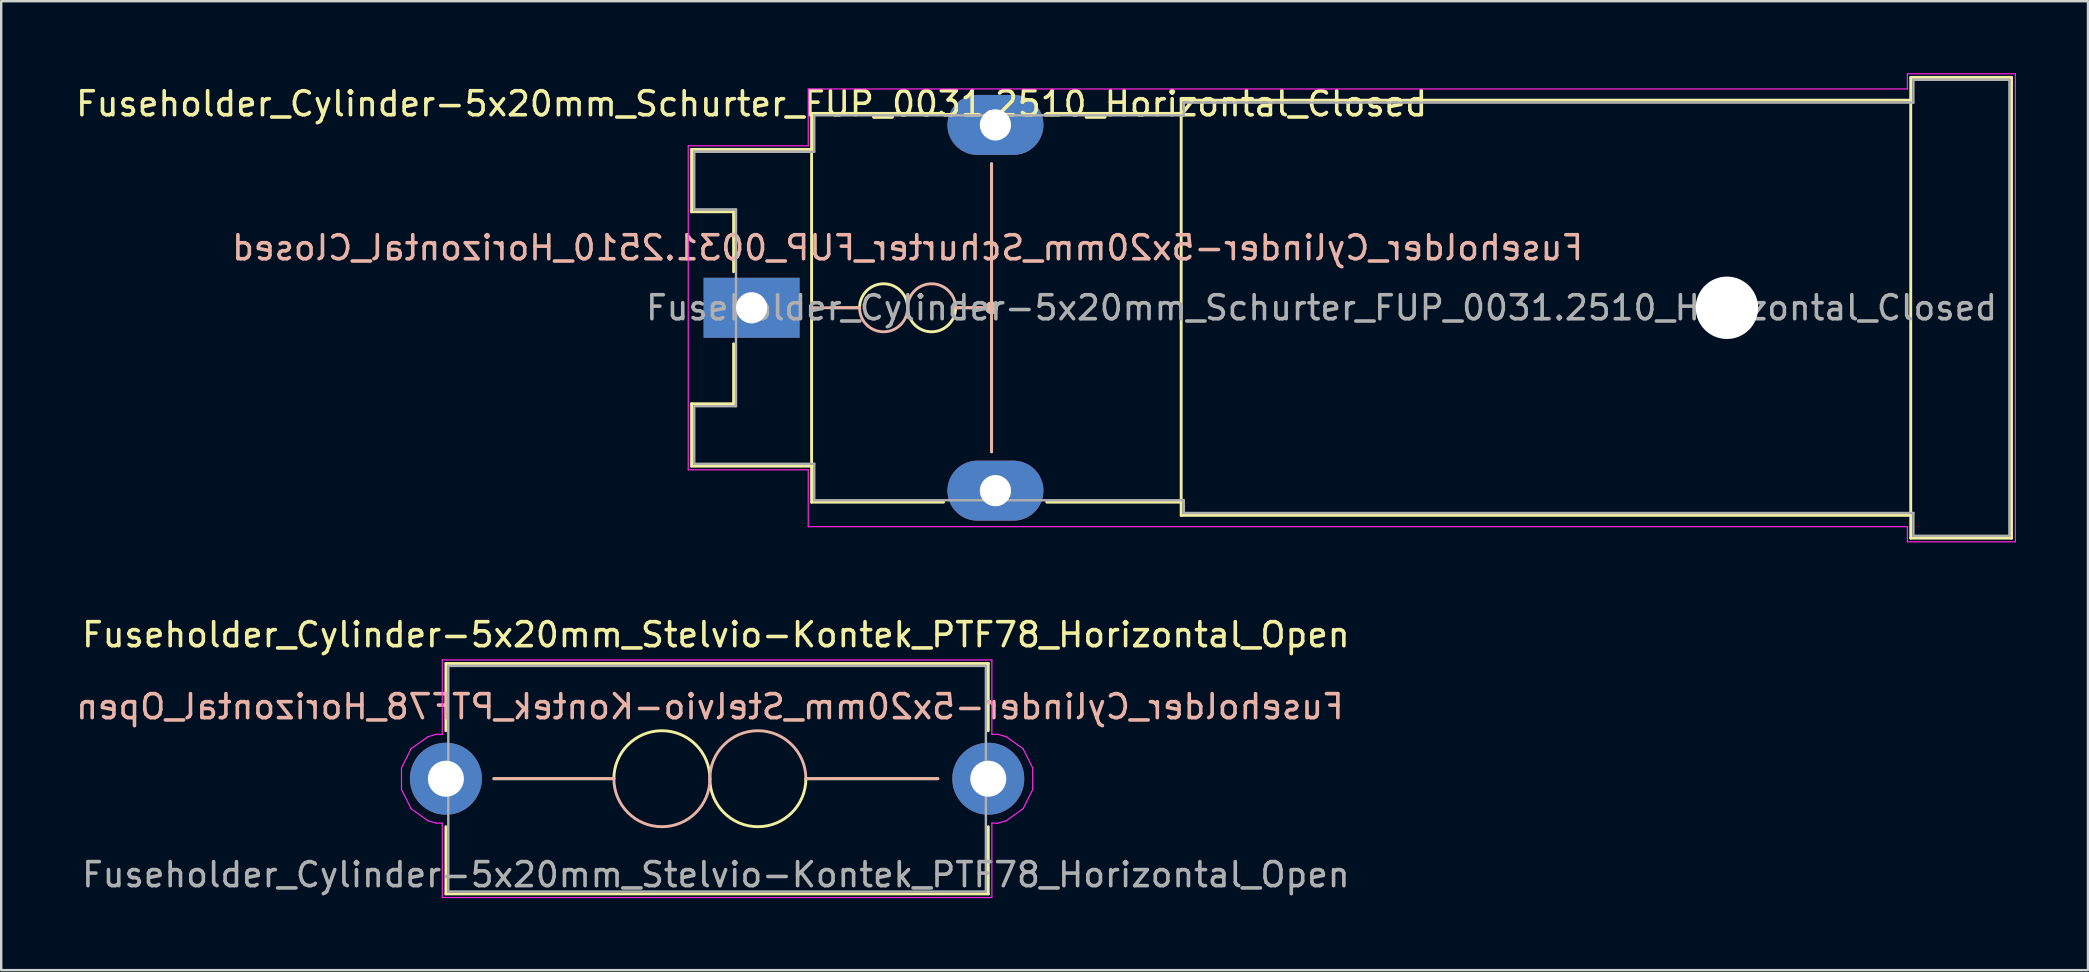
<source format=kicad_pcb>
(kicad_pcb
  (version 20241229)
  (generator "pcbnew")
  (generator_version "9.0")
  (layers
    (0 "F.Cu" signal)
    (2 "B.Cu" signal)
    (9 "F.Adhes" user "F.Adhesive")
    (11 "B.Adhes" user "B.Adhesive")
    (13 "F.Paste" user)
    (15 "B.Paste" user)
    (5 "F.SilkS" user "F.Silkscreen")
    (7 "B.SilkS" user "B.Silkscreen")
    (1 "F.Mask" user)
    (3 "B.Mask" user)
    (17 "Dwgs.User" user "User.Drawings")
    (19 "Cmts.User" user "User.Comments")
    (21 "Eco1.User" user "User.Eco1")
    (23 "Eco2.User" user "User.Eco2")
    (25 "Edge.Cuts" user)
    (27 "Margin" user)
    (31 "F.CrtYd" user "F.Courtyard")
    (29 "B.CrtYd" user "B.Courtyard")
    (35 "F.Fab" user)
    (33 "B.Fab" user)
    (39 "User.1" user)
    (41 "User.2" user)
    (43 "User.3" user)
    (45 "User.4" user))
  (footprint "Fuseholder_Cylinder-5x20mm_Stelvio-Kontek_PTF78_Horizontal_Open"
    (layer "F.Cu")
    (at 15.53 29.398)
    (property "Reference" "Fuseholder_Cylinder-5x20mm_Stelvio-Kontek_PTF78_Horizontal_Open" (at 11.25 -6 0) (layer "F.SilkS") (effects (font (size 1 1) (thickness 0.15))))
    (fp_line (start 0 -4.8) (end 22.6 -4.8) (stroke (width 0.12) (type solid)) (layer "F.SilkS"))
    (fp_line (start 0 -2) (end 0 -4.8) (stroke (width 0.12) (type solid)) (layer "F.SilkS"))
    (fp_line (start 0 4.8) (end 0 2) (stroke (width 0.12) (type solid)) (layer "F.SilkS"))
    (fp_line (start 0 4.8) (end 22.6 4.8) (stroke (width 0.12) (type solid)) (layer "F.SilkS"))
    (fp_line (start 2 0) (end 7 0) (stroke (width 0.12) (type solid)) (layer "F.SilkS"))
    (fp_line (start 20.5 0) (end 15 0) (stroke (width 0.12) (type solid)) (layer "F.SilkS"))
    (fp_line (start 22.6 -2) (end 22.6 -4.8) (stroke (width 0.12) (type solid)) (layer "F.SilkS"))
    (fp_line (start 22.6 4.8) (end 22.6 2) (stroke (width 0.12) (type solid)) (layer "F.SilkS"))
    (fp_arc (start 7 0) (mid 9 -2) (end 11 0) (stroke (width 0.12) (type solid)) (layer "F.SilkS"))
    (fp_arc (start 15 0) (mid 13 2) (end 11 0) (stroke (width 0.12) (type solid)) (layer "F.SilkS"))
    (fp_line (start 2 0) (end 7 0) (stroke (width 0.12) (type solid)) (layer "B.SilkS"))
    (fp_line (start 20.5 0) (end 15 0) (stroke (width 0.12) (type solid)) (layer "B.SilkS"))
    (fp_arc (start 11 0) (mid 9 2) (end 7 0) (stroke (width 0.12) (type solid)) (layer "B.SilkS"))
    (fp_arc (start 11 0) (mid 13 -2) (end 15 0) (stroke (width 0.12) (type solid)) (layer "B.SilkS"))
    (fp_line (start -1.85 -0.45) (end -1.85 0.45) (stroke (width 0.05) (type solid)) (layer "F.CrtYd"))
    (fp_line (start -1.85 -0.45) (end -1.45 -1.25) (stroke (width 0.05) (type solid)) (layer "F.CrtYd"))
    (fp_line (start -1.45 1.25) (end -1.85 0.45) (stroke (width 0.05) (type solid)) (layer "F.CrtYd"))
    (fp_line (start -1.45 1.25) (end -0.75 1.75) (stroke (width 0.05) (type solid)) (layer "F.CrtYd"))
    (fp_line (start -0.75 -1.75) (end -1.45 -1.25) (stroke (width 0.05) (type solid)) (layer "F.CrtYd"))
    (fp_line (start -0.75 1.75) (end -0.4 1.85) (stroke (width 0.05) (type solid)) (layer "F.CrtYd"))
    (fp_line (start -0.4 -1.85) (end -0.75 -1.75) (stroke (width 0.05) (type solid)) (layer "F.CrtYd"))
    (fp_line (start -0.4 1.85) (end -0.15 1.85) (stroke (width 0.05) (type solid)) (layer "F.CrtYd"))
    (fp_line (start -0.15 -4.95) (end 22.75 -4.95) (stroke (width 0.05) (type solid)) (layer "F.CrtYd"))
    (fp_line (start -0.15 -1.85) (end -0.4 -1.85) (stroke (width 0.05) (type solid)) (layer "F.CrtYd"))
    (fp_line (start -0.15 -1.85) (end -0.15 -4.95) (stroke (width 0.05) (type solid)) (layer "F.CrtYd"))
    (fp_line (start -0.15 4.95) (end -0.15 1.85) (stroke (width 0.05) (type solid)) (layer "F.CrtYd"))
    (fp_line (start 22.75 -1.85) (end 22.75 -4.95) (stroke (width 0.05) (type solid)) (layer "F.CrtYd"))
    (fp_line (start 22.75 -1.85) (end 23 -1.85) (stroke (width 0.05) (type solid)) (layer "F.CrtYd"))
    (fp_line (start 22.75 1.85) (end 22.75 4.95) (stroke (width 0.05) (type solid)) (layer "F.CrtYd"))
    (fp_line (start 22.75 1.85) (end 23 1.85) (stroke (width 0.05) (type solid)) (layer "F.CrtYd"))
    (fp_line (start 22.75 4.95) (end -0.15 4.95) (stroke (width 0.05) (type solid)) (layer "F.CrtYd"))
    (fp_line (start 23 1.85) (end 23.35 1.75) (stroke (width 0.05) (type solid)) (layer "F.CrtYd"))
    (fp_line (start 23.35 -1.75) (end 23 -1.85) (stroke (width 0.05) (type solid)) (layer "F.CrtYd"))
    (fp_line (start 23.35 1.75) (end 24.05 1.25) (stroke (width 0.05) (type solid)) (layer "F.CrtYd"))
    (fp_line (start 24.05 -1.25) (end 23.35 -1.75) (stroke (width 0.05) (type solid)) (layer "F.CrtYd"))
    (fp_line (start 24.05 1.25) (end 24.45 0.45) (stroke (width 0.05) (type solid)) (layer "F.CrtYd"))
    (fp_line (start 24.45 -0.45) (end 24.05 -1.25) (stroke (width 0.05) (type solid)) (layer "F.CrtYd"))
    (fp_line (start 24.45 0.45) (end 24.45 -0.45) (stroke (width 0.05) (type solid)) (layer "F.CrtYd"))
    (fp_line (start 0.1 -4.7) (end 0.1 4.7) (stroke (width 0.1) (type solid)) (layer "F.Fab"))
    (fp_line (start 0.1 4.7) (end 22.5 4.7) (stroke (width 0.1) (type solid)) (layer "F.Fab"))
    (fp_line (start 22.5 -4.7) (end 0.1 -4.7) (stroke (width 0.1) (type solid)) (layer "F.Fab"))
    (fp_line (start 22.5 4.7) (end 22.5 -4.7) (stroke (width 0.1) (type solid)) (layer "F.Fab"))
    (fp_text user "${REFERENCE}" (at 11 -3 0) (layer "B.SilkS") (effects (font (size 1 1) (thickness 0.15)) (justify mirror)))
    (fp_text user "${REFERENCE}" (at 11.25 4 0) (layer "F.Fab") (effects (font (size 1 1) (thickness 0.15))))
    (pad "1" thru_hole circle (at 0 0) (size 3 3) (drill 1.5) (layers "*.Cu" "*.Mask"))
    (pad "2" thru_hole circle (at 22.6 0) (size 3 3) (drill 1.5) (layers "*.Cu" "*.Mask")))
  (footprint "Fuseholder_Cylinder-5x20mm_Schurter_FUP_0031.2510_Horizontal_Closed"
    (layer "F.Cu")
    (at 28.268 9.775)
    (property "Reference" "Fuseholder_Cylinder-5x20mm_Schurter_FUP_0031.2510_Horizontal_Closed" (at 0 -8.5 0) (layer "F.SilkS") (effects (font (size 1 1) (thickness 0.15))))
    (fp_line (start -2.5 -6.6) (end 2.5 -6.6) (stroke (width 0.12) (type solid)) (layer "F.SilkS"))
    (fp_line (start -2.5 -4) (end -2.5 -6.6) (stroke (width 0.12) (type solid)) (layer "F.SilkS"))
    (fp_line (start -2.5 4) (end -0.75 4) (stroke (width 0.12) (type solid)) (layer "F.SilkS"))
    (fp_line (start -2.5 6.6) (end -2.5 4) (stroke (width 0.12) (type solid)) (layer "F.SilkS"))
    (fp_line (start -2.5 6.6) (end 2.5 6.6) (stroke (width 0.12) (type solid)) (layer "F.SilkS"))
    (fp_line (start -0.75 -4) (end -2.5 -4) (stroke (width 0.12) (type solid)) (layer "F.SilkS"))
    (fp_line (start -0.75 -1.5) (end -0.75 -4) (stroke (width 0.12) (type solid)) (layer "F.SilkS"))
    (fp_line (start -0.75 4) (end -0.75 1.5) (stroke (width 0.12) (type solid)) (layer "F.SilkS"))
    (fp_line (start 2.5 -8.1) (end 8 -8.1) (stroke (width 0.12) (type solid)) (layer "F.SilkS"))
    (fp_line (start 2.5 8.1) (end 2.5 -8.1) (stroke (width 0.12) (type solid)) (layer "F.SilkS"))
    (fp_line (start 2.5 8.1) (end 8 8.1) (stroke (width 0.12) (type solid)) (layer "F.SilkS"))
    (fp_line (start 4.5 0) (end 3.3 0) (stroke (width 0.12) (type solid)) (layer "F.SilkS"))
    (fp_line (start 9.7 0) (end 8.5 0) (stroke (width 0.12) (type solid)) (layer "F.SilkS"))
    (fp_line (start 9.7 0) (end 10 0) (stroke (width 0.12) (type solid)) (layer "F.SilkS"))
    (fp_line (start 10 0) (end 10 -6) (stroke (width 0.12) (type solid)) (layer "F.SilkS"))
    (fp_line (start 10 0) (end 10 6) (stroke (width 0.12) (type solid)) (layer "F.SilkS"))
    (fp_line (start 12.3 -8.1) (end 17.9 -8.1) (stroke (width 0.12) (type solid)) (layer "F.SilkS"))
    (fp_line (start 12.3 8.1) (end 17.9 8.1) (stroke (width 0.12) (type solid)) (layer "F.SilkS"))
    (fp_line (start 17.9 -8.65) (end 48.3 -8.65) (stroke (width 0.12) (type solid)) (layer "F.SilkS"))
    (fp_line (start 17.9 8.65) (end 17.9 -8.65) (stroke (width 0.12) (type solid)) (layer "F.SilkS"))
    (fp_line (start 17.9 8.65) (end 48.3 8.65) (stroke (width 0.12) (type solid)) (layer "F.SilkS"))
    (fp_line (start 48.3 -9.6) (end 52.5 -9.6) (stroke (width 0.12) (type solid)) (layer "F.SilkS"))
    (fp_line (start 48.3 9.6) (end 48.3 -9.6) (stroke (width 0.12) (type solid)) (layer "F.SilkS"))
    (fp_line (start 48.3 9.6) (end 52.5 9.6) (stroke (width 0.12) (type solid)) (layer "F.SilkS"))
    (fp_line (start 52.5 -9.6) (end 52.5 9.6) (stroke (width 0.12) (type solid)) (layer "F.SilkS"))
    (fp_arc (start 4.5 0) (mid 5.5 -1) (end 6.5 0) (stroke (width 0.12) (type solid)) (layer "F.SilkS"))
    (fp_arc (start 8.5 0) (mid 7.5 1) (end 6.5 0) (stroke (width 0.12) (type solid)) (layer "F.SilkS"))
    (fp_circle (center 10 0) (end 10.1 -0.025) (stroke (width 0.12) (type solid)) (fill no) (layer "F.SilkS"))
    (fp_circle (center 10 0) (end 10.175 -0.1) (stroke (width 0.12) (type solid)) (fill no) (layer "F.SilkS"))
    (fp_line (start 4.5 0) (end 2.5 0) (stroke (width 0.12) (type solid)) (layer "B.SilkS"))
    (fp_line (start 9.7 0) (end 8.5 0) (stroke (width 0.12) (type solid)) (layer "B.SilkS"))
    (fp_line (start 9.7 0) (end 10 0) (stroke (width 0.12) (type solid)) (layer "B.SilkS"))
    (fp_line (start 10 0) (end 10 -6) (stroke (width 0.12) (type solid)) (layer "B.SilkS"))
    (fp_line (start 10 0) (end 10 6) (stroke (width 0.12) (type solid)) (layer "B.SilkS"))
    (fp_arc (start 6.5 0) (mid 5.5 1) (end 4.5 0) (stroke (width 0.12) (type solid)) (layer "B.SilkS"))
    (fp_arc (start 6.5 0) (mid 7.5 -1) (end 8.5 0) (stroke (width 0.12) (type solid)) (layer "B.SilkS"))
    (fp_circle (center 10 0) (end 10.1 0.025) (stroke (width 0.12) (type solid)) (fill no) (layer "B.SilkS"))
    (fp_circle (center 10 0) (end 10.175 0.1) (stroke (width 0.12) (type solid)) (fill no) (layer "B.SilkS"))
    (fp_line (start -2.64 -6.75) (end 2.36 -6.75) (stroke (width 0.05) (type solid)) (layer "F.CrtYd"))
    (fp_line (start -2.64 6.75) (end -2.64 -6.75) (stroke (width 0.05) (type solid)) (layer "F.CrtYd"))
    (fp_line (start -2.64 6.75) (end 2.36 6.75) (stroke (width 0.05) (type solid)) (layer "F.CrtYd"))
    (fp_line (start 2.36 -9.12) (end 2.36 -6.75) (stroke (width 0.05) (type solid)) (layer "F.CrtYd"))
    (fp_line (start 2.36 -9.12) (end 48.16 -9.12) (stroke (width 0.05) (type solid)) (layer "F.CrtYd"))
    (fp_line (start 2.36 6.75) (end 2.36 9.12) (stroke (width 0.05) (type solid)) (layer "F.CrtYd"))
    (fp_line (start 48.16 -9.75) (end 48.16 -9.12) (stroke (width 0.05) (type solid)) (layer "F.CrtYd"))
    (fp_line (start 48.16 -9.75) (end 52.66 -9.75) (stroke (width 0.05) (type solid)) (layer "F.CrtYd"))
    (fp_line (start 48.16 9.12) (end 2.36 9.12) (stroke (width 0.05) (type solid)) (layer "F.CrtYd"))
    (fp_line (start 48.16 9.12) (end 48.16 9.75) (stroke (width 0.05) (type solid)) (layer "F.CrtYd"))
    (fp_line (start 48.16 9.75) (end 52.66 9.75) (stroke (width 0.05) (type solid)) (layer "F.CrtYd"))
    (fp_line (start 52.66 -9.75) (end 52.66 9.75) (stroke (width 0.05) (type solid)) (layer "F.CrtYd"))
    (fp_line (start -2.39 -4.1) (end -2.39 -6.5) (stroke (width 0.1) (type solid)) (layer "F.Fab"))
    (fp_line (start -2.39 -4.1) (end -0.65 -4.1) (stroke (width 0.1) (type solid)) (layer "F.Fab"))
    (fp_line (start -2.39 4.1) (end -2.39 6.5) (stroke (width 0.1) (type solid)) (layer "F.Fab"))
    (fp_line (start -2.39 6.5) (end 2.61 6.5) (stroke (width 0.1) (type solid)) (layer "F.Fab"))
    (fp_line (start -0.65 -4.1) (end -0.65 4.1) (stroke (width 0.1) (type solid)) (layer "F.Fab"))
    (fp_line (start -0.65 4.1) (end -2.39 4.1) (stroke (width 0.1) (type solid)) (layer "F.Fab"))
    (fp_line (start 2.61 -8.02) (end 2.61 -6.5) (stroke (width 0.1) (type solid)) (layer "F.Fab"))
    (fp_line (start 2.61 -6.5) (end -2.39 -6.5) (stroke (width 0.1) (type solid)) (layer "F.Fab"))
    (fp_line (start 2.61 6.5) (end 2.61 8.02) (stroke (width 0.1) (type solid)) (layer "F.Fab"))
    (fp_line (start 2.61 8.02) (end 18.01 8.02) (stroke (width 0.1) (type solid)) (layer "F.Fab"))
    (fp_line (start 18.01 -8.55) (end 18.01 -8.02) (stroke (width 0.1) (type solid)) (layer "F.Fab"))
    (fp_line (start 18.01 -8.02) (end 2.61 -8.02) (stroke (width 0.1) (type solid)) (layer "F.Fab"))
    (fp_line (start 18.01 8.02) (end 18.01 8.55) (stroke (width 0.1) (type solid)) (layer "F.Fab"))
    (fp_line (start 18.01 8.55) (end 48.41 8.55) (stroke (width 0.1) (type solid)) (layer "F.Fab"))
    (fp_line (start 48.41 -9.5) (end 48.41 -8.55) (stroke (width 0.1) (type solid)) (layer "F.Fab"))
    (fp_line (start 48.41 -8.55) (end 18.01 -8.55) (stroke (width 0.1) (type solid)) (layer "F.Fab"))
    (fp_line (start 48.41 8.55) (end 48.41 9.5) (stroke (width 0.1) (type solid)) (layer "F.Fab"))
    (fp_line (start 48.41 9.5) (end 52.41 9.5) (stroke (width 0.1) (type solid)) (layer "F.Fab"))
    (fp_line (start 52.41 -9.5) (end 48.41 -9.5) (stroke (width 0.1) (type solid)) (layer "F.Fab"))
    (fp_line (start 52.41 -9.5) (end 52.41 9.5) (stroke (width 0.1) (type solid)) (layer "F.Fab"))
    (fp_text user "${REFERENCE}" (at 6.5 -2.5 0) (layer "B.SilkS") (effects (font (size 1 1) (thickness 0.15)) (justify mirror)))
    (fp_text user "${REFERENCE}" (at 23.75 0 0) (layer "F.Fab") (effects (font (size 1 1) (thickness 0.15))))
    (pad "" np_thru_hole circle (at 40.64 0) (size 2.6 2.6) (drill 2.6) (layers "*.Cu" "*.Mask"))
    (pad "1" thru_hole rect (at 0 0) (size 4 2.5) (drill 1.3) (layers "*.Cu" "*.Mask"))
    (pad "2" thru_hole oval (at 10.16 -7.62) (size 4 2.5) (drill 1.3) (layers "*.Cu" "*.Mask"))
    (pad "2" thru_hole oval (at 10.16 7.62) (size 4 2.5) (drill 1.3) (layers "*.Cu" "*.Mask")))
  (gr_rect
    (start -3 -3)
    (end 83.953 37.373)
    (stroke (width 0.1) (type default))
    (fill no)
    (layer "Edge.Cuts")))
</source>
